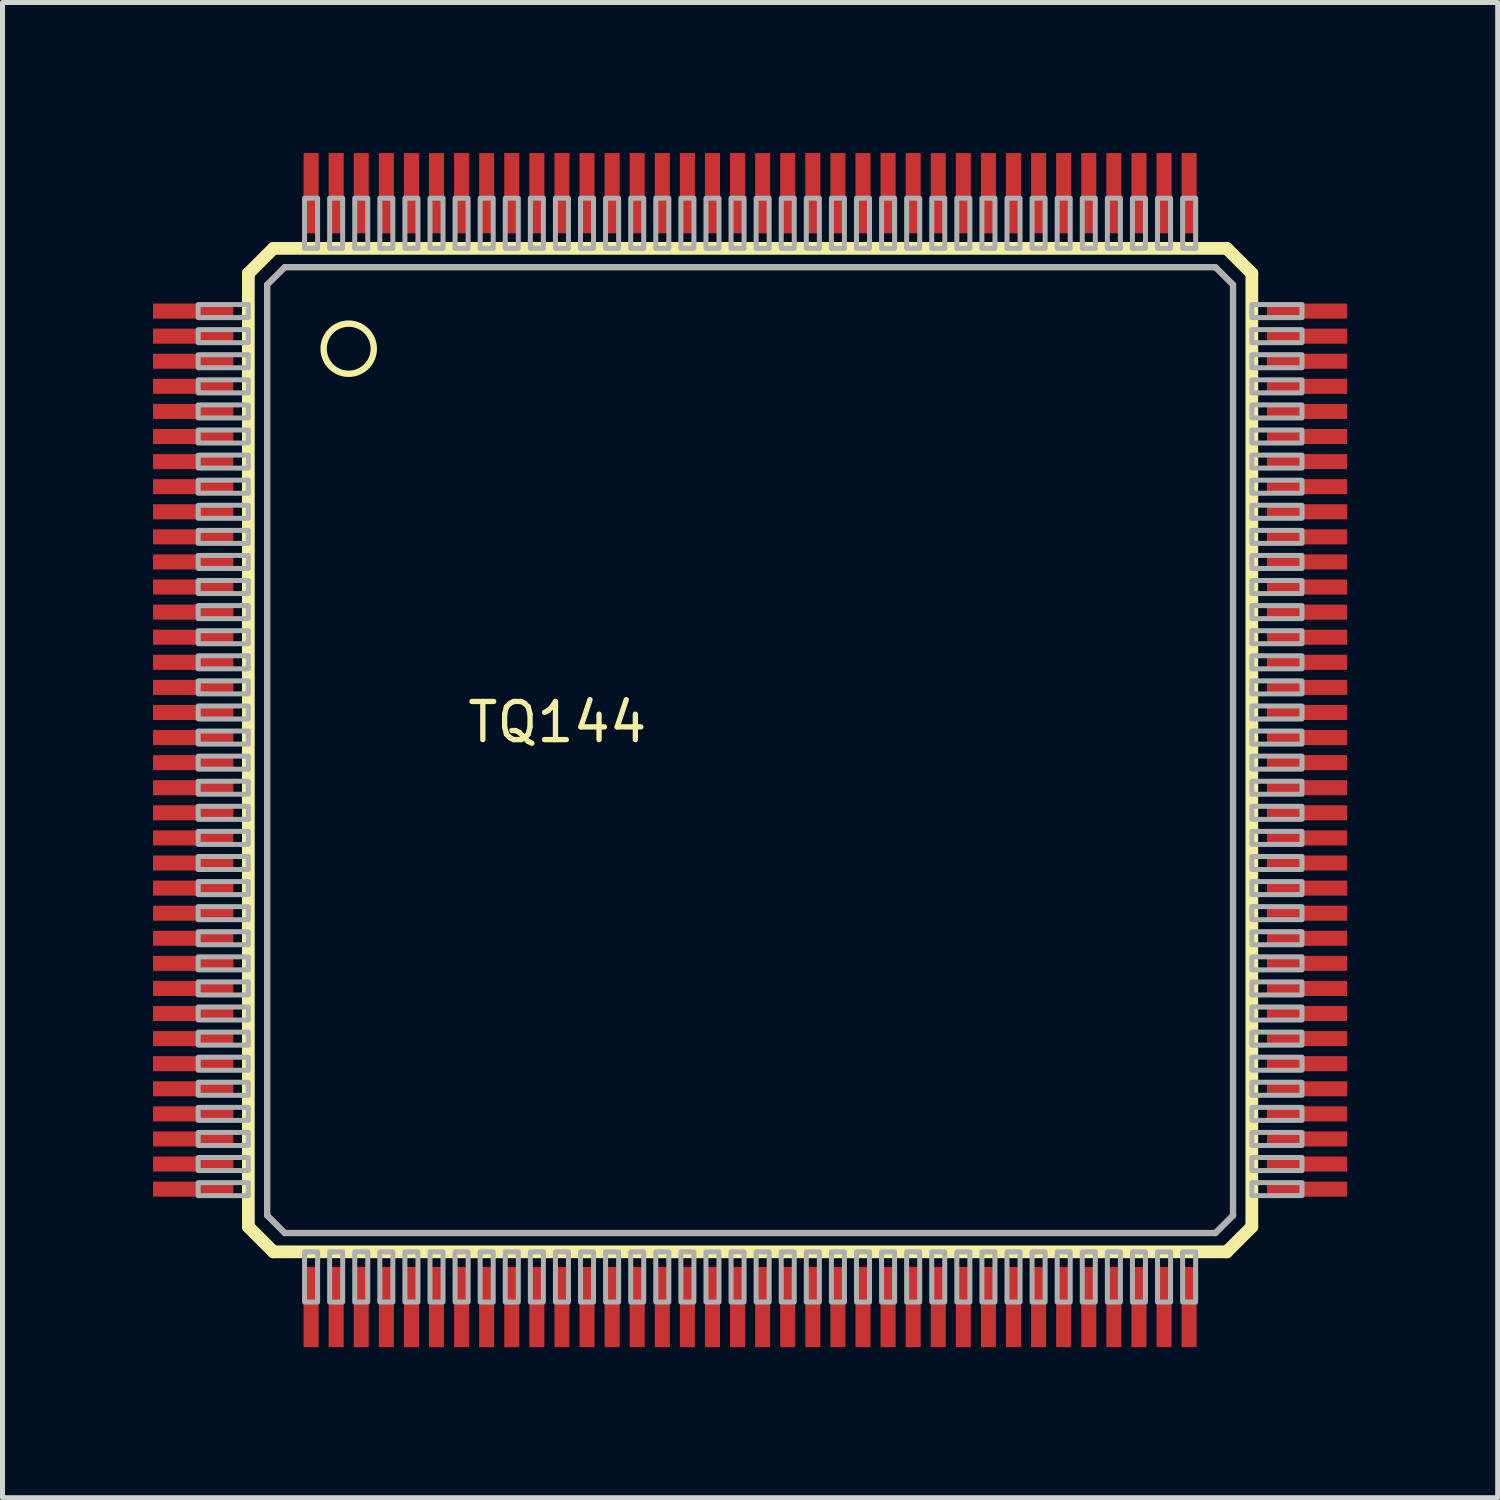
<source format=kicad_pcb>
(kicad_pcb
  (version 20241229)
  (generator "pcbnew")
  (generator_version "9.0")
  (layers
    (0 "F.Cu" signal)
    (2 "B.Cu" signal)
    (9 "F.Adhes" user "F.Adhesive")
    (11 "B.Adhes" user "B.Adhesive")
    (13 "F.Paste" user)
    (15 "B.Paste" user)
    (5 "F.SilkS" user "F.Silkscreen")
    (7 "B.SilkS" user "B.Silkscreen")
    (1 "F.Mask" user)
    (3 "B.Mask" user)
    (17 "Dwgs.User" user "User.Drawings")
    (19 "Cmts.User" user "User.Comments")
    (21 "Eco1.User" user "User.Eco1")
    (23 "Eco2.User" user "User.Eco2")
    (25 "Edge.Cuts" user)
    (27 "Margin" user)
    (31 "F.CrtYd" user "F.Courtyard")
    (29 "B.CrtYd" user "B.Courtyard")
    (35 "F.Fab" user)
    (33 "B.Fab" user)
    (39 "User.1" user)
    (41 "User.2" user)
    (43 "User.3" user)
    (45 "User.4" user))
  (footprint "TQ144"
    (layer "F.Cu")
    (at 11.9 11.9)
    (property "Reference" "TQ144" (at -2 -1 0) (layer "F.SilkS") (effects (font (size 0.76 0.76) (thickness 0.106)) (justify right top)))
    (attr through_hole)
    (fp_line (start -10 -9.5) (end -10 9.5) (stroke (width 0.254) (type solid)) (layer "F.SilkS"))
    (fp_line (start -10 9.5) (end -9.5 10) (stroke (width 0.254) (type solid)) (layer "F.SilkS"))
    (fp_line (start -9.5 -10) (end -10 -9.5) (stroke (width 0.254) (type solid)) (layer "F.SilkS"))
    (fp_line (start -9.5 10) (end 9.5 10) (stroke (width 0.254) (type solid)) (layer "F.SilkS"))
    (fp_line (start 9.5 -10) (end -9.5 -10) (stroke (width 0.254) (type solid)) (layer "F.SilkS"))
    (fp_line (start 9.5 10) (end 10 9.5) (stroke (width 0.254) (type solid)) (layer "F.SilkS"))
    (fp_line (start 10 -9.5) (end 9.5 -10) (stroke (width 0.254) (type solid)) (layer "F.SilkS"))
    (fp_line (start 10 9.5) (end 10 -9.5) (stroke (width 0.254) (type solid)) (layer "F.SilkS"))
    (fp_circle (center -8 -8) (end -7.5 -8) (stroke (width 0.127) (type solid)) (fill no) (layer "F.SilkS"))
    (fp_line (start -9.625 -9.275) (end -9.625 9.275) (stroke (width 0.127) (type solid)) (layer "F.Fab"))
    (fp_line (start -9.625 9.275) (end -9.275 9.625) (stroke (width 0.127) (type solid)) (layer "F.Fab"))
    (fp_line (start -9.275 -9.625) (end -9.625 -9.275) (stroke (width 0.127) (type solid)) (layer "F.Fab"))
    (fp_line (start -9.275 9.625) (end 9.275 9.625) (stroke (width 0.127) (type solid)) (layer "F.Fab"))
    (fp_line (start 9.275 -9.625) (end -9.275 -9.625) (stroke (width 0.127) (type solid)) (layer "F.Fab"))
    (fp_line (start 9.275 9.625) (end 9.625 9.275) (stroke (width 0.127) (type solid)) (layer "F.Fab"))
    (fp_line (start 9.625 -9.275) (end 9.275 -9.625) (stroke (width 0.127) (type solid)) (layer "F.Fab"))
    (fp_line (start 9.625 9.275) (end 9.625 -9.275) (stroke (width 0.127) (type solid)) (layer "F.Fab"))
    (fp_poly (pts (xy -11 -8.62) (xy -10 -8.62) (xy -10 -8.88) (xy -11 -8.88)) (stroke (width 0.1) (type solid)) (fill no) (layer "F.Fab"))
    (fp_poly (pts (xy -11 -8.12) (xy -10 -8.12) (xy -10 -8.38) (xy -11 -8.38)) (stroke (width 0.1) (type solid)) (fill no) (layer "F.Fab"))
    (fp_poly (pts (xy -11 -7.62) (xy -10 -7.62) (xy -10 -7.88) (xy -11 -7.88)) (stroke (width 0.1) (type solid)) (fill no) (layer "F.Fab"))
    (fp_poly (pts (xy -11 -7.12) (xy -10 -7.12) (xy -10 -7.38) (xy -11 -7.38)) (stroke (width 0.1) (type solid)) (fill no) (layer "F.Fab"))
    (fp_poly (pts (xy -11 -6.62) (xy -10 -6.62) (xy -10 -6.88) (xy -11 -6.88)) (stroke (width 0.1) (type solid)) (fill no) (layer "F.Fab"))
    (fp_poly (pts (xy -11 -6.12) (xy -10 -6.12) (xy -10 -6.38) (xy -11 -6.38)) (stroke (width 0.1) (type solid)) (fill no) (layer "F.Fab"))
    (fp_poly (pts (xy -11 -5.62) (xy -10 -5.62) (xy -10 -5.88) (xy -11 -5.88)) (stroke (width 0.1) (type solid)) (fill no) (layer "F.Fab"))
    (fp_poly (pts (xy -11 -5.12) (xy -10 -5.12) (xy -10 -5.38) (xy -11 -5.38)) (stroke (width 0.1) (type solid)) (fill no) (layer "F.Fab"))
    (fp_poly (pts (xy -11 -4.62) (xy -10 -4.62) (xy -10 -4.88) (xy -11 -4.88)) (stroke (width 0.1) (type solid)) (fill no) (layer "F.Fab"))
    (fp_poly (pts (xy -11 -4.12) (xy -10 -4.12) (xy -10 -4.38) (xy -11 -4.38)) (stroke (width 0.1) (type solid)) (fill no) (layer "F.Fab"))
    (fp_poly (pts (xy -11 -3.62) (xy -10 -3.62) (xy -10 -3.88) (xy -11 -3.88)) (stroke (width 0.1) (type solid)) (fill no) (layer "F.Fab"))
    (fp_poly (pts (xy -11 -3.12) (xy -10 -3.12) (xy -10 -3.38) (xy -11 -3.38)) (stroke (width 0.1) (type solid)) (fill no) (layer "F.Fab"))
    (fp_poly (pts (xy -11 -2.62) (xy -10 -2.62) (xy -10 -2.88) (xy -11 -2.88)) (stroke (width 0.1) (type solid)) (fill no) (layer "F.Fab"))
    (fp_poly (pts (xy -11 -2.12) (xy -10 -2.12) (xy -10 -2.38) (xy -11 -2.38)) (stroke (width 0.1) (type solid)) (fill no) (layer "F.Fab"))
    (fp_poly (pts (xy -11 -1.62) (xy -10 -1.62) (xy -10 -1.88) (xy -11 -1.88)) (stroke (width 0.1) (type solid)) (fill no) (layer "F.Fab"))
    (fp_poly (pts (xy -11 -1.12) (xy -10 -1.12) (xy -10 -1.38) (xy -11 -1.38)) (stroke (width 0.1) (type solid)) (fill no) (layer "F.Fab"))
    (fp_poly (pts (xy -11 -0.62) (xy -10 -0.62) (xy -10 -0.88) (xy -11 -0.88)) (stroke (width 0.1) (type solid)) (fill no) (layer "F.Fab"))
    (fp_poly (pts (xy -11 -0.12) (xy -10 -0.12) (xy -10 -0.38) (xy -11 -0.38)) (stroke (width 0.1) (type solid)) (fill no) (layer "F.Fab"))
    (fp_poly (pts (xy -11 0.38) (xy -10 0.38) (xy -10 0.12) (xy -11 0.12)) (stroke (width 0.1) (type solid)) (fill no) (layer "F.Fab"))
    (fp_poly (pts (xy -11 0.88) (xy -10 0.88) (xy -10 0.62) (xy -11 0.62)) (stroke (width 0.1) (type solid)) (fill no) (layer "F.Fab"))
    (fp_poly (pts (xy -11 1.38) (xy -10 1.38) (xy -10 1.12) (xy -11 1.12)) (stroke (width 0.1) (type solid)) (fill no) (layer "F.Fab"))
    (fp_poly (pts (xy -11 1.88) (xy -10 1.88) (xy -10 1.62) (xy -11 1.62)) (stroke (width 0.1) (type solid)) (fill no) (layer "F.Fab"))
    (fp_poly (pts (xy -11 2.38) (xy -10 2.38) (xy -10 2.12) (xy -11 2.12)) (stroke (width 0.1) (type solid)) (fill no) (layer "F.Fab"))
    (fp_poly (pts (xy -11 2.88) (xy -10 2.88) (xy -10 2.62) (xy -11 2.62)) (stroke (width 0.1) (type solid)) (fill no) (layer "F.Fab"))
    (fp_poly (pts (xy -11 3.38) (xy -10 3.38) (xy -10 3.12) (xy -11 3.12)) (stroke (width 0.1) (type solid)) (fill no) (layer "F.Fab"))
    (fp_poly (pts (xy -11 3.88) (xy -10 3.88) (xy -10 3.62) (xy -11 3.62)) (stroke (width 0.1) (type solid)) (fill no) (layer "F.Fab"))
    (fp_poly (pts (xy -11 4.38) (xy -10 4.38) (xy -10 4.12) (xy -11 4.12)) (stroke (width 0.1) (type solid)) (fill no) (layer "F.Fab"))
    (fp_poly (pts (xy -11 4.88) (xy -10 4.88) (xy -10 4.62) (xy -11 4.62)) (stroke (width 0.1) (type solid)) (fill no) (layer "F.Fab"))
    (fp_poly (pts (xy -11 5.38) (xy -10 5.38) (xy -10 5.12) (xy -11 5.12)) (stroke (width 0.1) (type solid)) (fill no) (layer "F.Fab"))
    (fp_poly (pts (xy -11 5.88) (xy -10 5.88) (xy -10 5.62) (xy -11 5.62)) (stroke (width 0.1) (type solid)) (fill no) (layer "F.Fab"))
    (fp_poly (pts (xy -11 6.38) (xy -10 6.38) (xy -10 6.12) (xy -11 6.12)) (stroke (width 0.1) (type solid)) (fill no) (layer "F.Fab"))
    (fp_poly (pts (xy -11 6.88) (xy -10 6.88) (xy -10 6.62) (xy -11 6.62)) (stroke (width 0.1) (type solid)) (fill no) (layer "F.Fab"))
    (fp_poly (pts (xy -11 7.38) (xy -10 7.38) (xy -10 7.12) (xy -11 7.12)) (stroke (width 0.1) (type solid)) (fill no) (layer "F.Fab"))
    (fp_poly (pts (xy -11 7.88) (xy -10 7.88) (xy -10 7.62) (xy -11 7.62)) (stroke (width 0.1) (type solid)) (fill no) (layer "F.Fab"))
    (fp_poly (pts (xy -11 8.38) (xy -10 8.38) (xy -10 8.12) (xy -11 8.12)) (stroke (width 0.1) (type solid)) (fill no) (layer "F.Fab"))
    (fp_poly (pts (xy -11 8.88) (xy -10 8.88) (xy -10 8.62) (xy -11 8.62)) (stroke (width 0.1) (type solid)) (fill no) (layer "F.Fab"))
    (fp_poly (pts (xy -8.88 -10) (xy -8.62 -10) (xy -8.62 -11) (xy -8.88 -11)) (stroke (width 0.1) (type solid)) (fill no) (layer "F.Fab"))
    (fp_poly (pts (xy -8.88 11) (xy -8.62 11) (xy -8.62 10) (xy -8.88 10)) (stroke (width 0.1) (type solid)) (fill no) (layer "F.Fab"))
    (fp_poly (pts (xy -8.38 -10) (xy -8.12 -10) (xy -8.12 -11) (xy -8.38 -11)) (stroke (width 0.1) (type solid)) (fill no) (layer "F.Fab"))
    (fp_poly (pts (xy -8.38 11) (xy -8.12 11) (xy -8.12 10) (xy -8.38 10)) (stroke (width 0.1) (type solid)) (fill no) (layer "F.Fab"))
    (fp_poly (pts (xy -7.88 -10) (xy -7.62 -10) (xy -7.62 -11) (xy -7.88 -11)) (stroke (width 0.1) (type solid)) (fill no) (layer "F.Fab"))
    (fp_poly (pts (xy -7.88 11) (xy -7.62 11) (xy -7.62 10) (xy -7.88 10)) (stroke (width 0.1) (type solid)) (fill no) (layer "F.Fab"))
    (fp_poly (pts (xy -7.38 -10) (xy -7.12 -10) (xy -7.12 -11) (xy -7.38 -11)) (stroke (width 0.1) (type solid)) (fill no) (layer "F.Fab"))
    (fp_poly (pts (xy -7.38 11) (xy -7.12 11) (xy -7.12 10) (xy -7.38 10)) (stroke (width 0.1) (type solid)) (fill no) (layer "F.Fab"))
    (fp_poly (pts (xy -6.88 -10) (xy -6.62 -10) (xy -6.62 -11) (xy -6.88 -11)) (stroke (width 0.1) (type solid)) (fill no) (layer "F.Fab"))
    (fp_poly (pts (xy -6.88 11) (xy -6.62 11) (xy -6.62 10) (xy -6.88 10)) (stroke (width 0.1) (type solid)) (fill no) (layer "F.Fab"))
    (fp_poly (pts (xy -6.38 -10) (xy -6.12 -10) (xy -6.12 -11) (xy -6.38 -11)) (stroke (width 0.1) (type solid)) (fill no) (layer "F.Fab"))
    (fp_poly (pts (xy -6.38 11) (xy -6.12 11) (xy -6.12 10) (xy -6.38 10)) (stroke (width 0.1) (type solid)) (fill no) (layer "F.Fab"))
    (fp_poly (pts (xy -5.88 -10) (xy -5.62 -10) (xy -5.62 -11) (xy -5.88 -11)) (stroke (width 0.1) (type solid)) (fill no) (layer "F.Fab"))
    (fp_poly (pts (xy -5.88 11) (xy -5.62 11) (xy -5.62 10) (xy -5.88 10)) (stroke (width 0.1) (type solid)) (fill no) (layer "F.Fab"))
    (fp_poly (pts (xy -5.38 -10) (xy -5.12 -10) (xy -5.12 -11) (xy -5.38 -11)) (stroke (width 0.1) (type solid)) (fill no) (layer "F.Fab"))
    (fp_poly (pts (xy -5.38 11) (xy -5.12 11) (xy -5.12 10) (xy -5.38 10)) (stroke (width 0.1) (type solid)) (fill no) (layer "F.Fab"))
    (fp_poly (pts (xy -4.88 -10) (xy -4.62 -10) (xy -4.62 -11) (xy -4.88 -11)) (stroke (width 0.1) (type solid)) (fill no) (layer "F.Fab"))
    (fp_poly (pts (xy -4.88 11) (xy -4.62 11) (xy -4.62 10) (xy -4.88 10)) (stroke (width 0.1) (type solid)) (fill no) (layer "F.Fab"))
    (fp_poly (pts (xy -4.38 -10) (xy -4.12 -10) (xy -4.12 -11) (xy -4.38 -11)) (stroke (width 0.1) (type solid)) (fill no) (layer "F.Fab"))
    (fp_poly (pts (xy -4.38 11) (xy -4.12 11) (xy -4.12 10) (xy -4.38 10)) (stroke (width 0.1) (type solid)) (fill no) (layer "F.Fab"))
    (fp_poly (pts (xy -3.88 -10) (xy -3.62 -10) (xy -3.62 -11) (xy -3.88 -11)) (stroke (width 0.1) (type solid)) (fill no) (layer "F.Fab"))
    (fp_poly (pts (xy -3.88 11) (xy -3.62 11) (xy -3.62 10) (xy -3.88 10)) (stroke (width 0.1) (type solid)) (fill no) (layer "F.Fab"))
    (fp_poly (pts (xy -3.38 -10) (xy -3.12 -10) (xy -3.12 -11) (xy -3.38 -11)) (stroke (width 0.1) (type solid)) (fill no) (layer "F.Fab"))
    (fp_poly (pts (xy -3.38 11) (xy -3.12 11) (xy -3.12 10) (xy -3.38 10)) (stroke (width 0.1) (type solid)) (fill no) (layer "F.Fab"))
    (fp_poly (pts (xy -2.88 -10) (xy -2.62 -10) (xy -2.62 -11) (xy -2.88 -11)) (stroke (width 0.1) (type solid)) (fill no) (layer "F.Fab"))
    (fp_poly (pts (xy -2.88 11) (xy -2.62 11) (xy -2.62 10) (xy -2.88 10)) (stroke (width 0.1) (type solid)) (fill no) (layer "F.Fab"))
    (fp_poly (pts (xy -2.38 -10) (xy -2.12 -10) (xy -2.12 -11) (xy -2.38 -11)) (stroke (width 0.1) (type solid)) (fill no) (layer "F.Fab"))
    (fp_poly (pts (xy -2.38 11) (xy -2.12 11) (xy -2.12 10) (xy -2.38 10)) (stroke (width 0.1) (type solid)) (fill no) (layer "F.Fab"))
    (fp_poly (pts (xy -1.88 -10) (xy -1.62 -10) (xy -1.62 -11) (xy -1.88 -11)) (stroke (width 0.1) (type solid)) (fill no) (layer "F.Fab"))
    (fp_poly (pts (xy -1.88 11) (xy -1.62 11) (xy -1.62 10) (xy -1.88 10)) (stroke (width 0.1) (type solid)) (fill no) (layer "F.Fab"))
    (fp_poly (pts (xy -1.38 -10) (xy -1.12 -10) (xy -1.12 -11) (xy -1.38 -11)) (stroke (width 0.1) (type solid)) (fill no) (layer "F.Fab"))
    (fp_poly (pts (xy -1.38 11) (xy -1.12 11) (xy -1.12 10) (xy -1.38 10)) (stroke (width 0.1) (type solid)) (fill no) (layer "F.Fab"))
    (fp_poly (pts (xy -0.88 -10) (xy -0.62 -10) (xy -0.62 -11) (xy -0.88 -11)) (stroke (width 0.1) (type solid)) (fill no) (layer "F.Fab"))
    (fp_poly (pts (xy -0.88 11) (xy -0.62 11) (xy -0.62 10) (xy -0.88 10)) (stroke (width 0.1) (type solid)) (fill no) (layer "F.Fab"))
    (fp_poly (pts (xy -0.38 -10) (xy -0.12 -10) (xy -0.12 -11) (xy -0.38 -11)) (stroke (width 0.1) (type solid)) (fill no) (layer "F.Fab"))
    (fp_poly (pts (xy -0.38 11) (xy -0.12 11) (xy -0.12 10) (xy -0.38 10)) (stroke (width 0.1) (type solid)) (fill no) (layer "F.Fab"))
    (fp_poly (pts (xy 0.12 -10) (xy 0.38 -10) (xy 0.38 -11) (xy 0.12 -11)) (stroke (width 0.1) (type solid)) (fill no) (layer "F.Fab"))
    (fp_poly (pts (xy 0.12 11) (xy 0.38 11) (xy 0.38 10) (xy 0.12 10)) (stroke (width 0.1) (type solid)) (fill no) (layer "F.Fab"))
    (fp_poly (pts (xy 0.62 -10) (xy 0.88 -10) (xy 0.88 -11) (xy 0.62 -11)) (stroke (width 0.1) (type solid)) (fill no) (layer "F.Fab"))
    (fp_poly (pts (xy 0.62 11) (xy 0.88 11) (xy 0.88 10) (xy 0.62 10)) (stroke (width 0.1) (type solid)) (fill no) (layer "F.Fab"))
    (fp_poly (pts (xy 1.12 -10) (xy 1.38 -10) (xy 1.38 -11) (xy 1.12 -11)) (stroke (width 0.1) (type solid)) (fill no) (layer "F.Fab"))
    (fp_poly (pts (xy 1.12 11) (xy 1.38 11) (xy 1.38 10) (xy 1.12 10)) (stroke (width 0.1) (type solid)) (fill no) (layer "F.Fab"))
    (fp_poly (pts (xy 1.62 -10) (xy 1.88 -10) (xy 1.88 -11) (xy 1.62 -11)) (stroke (width 0.1) (type solid)) (fill no) (layer "F.Fab"))
    (fp_poly (pts (xy 1.62 11) (xy 1.88 11) (xy 1.88 10) (xy 1.62 10)) (stroke (width 0.1) (type solid)) (fill no) (layer "F.Fab"))
    (fp_poly (pts (xy 2.12 -10) (xy 2.38 -10) (xy 2.38 -11) (xy 2.12 -11)) (stroke (width 0.1) (type solid)) (fill no) (layer "F.Fab"))
    (fp_poly (pts (xy 2.12 11) (xy 2.38 11) (xy 2.38 10) (xy 2.12 10)) (stroke (width 0.1) (type solid)) (fill no) (layer "F.Fab"))
    (fp_poly (pts (xy 2.62 -10) (xy 2.88 -10) (xy 2.88 -11) (xy 2.62 -11)) (stroke (width 0.1) (type solid)) (fill no) (layer "F.Fab"))
    (fp_poly (pts (xy 2.62 11) (xy 2.88 11) (xy 2.88 10) (xy 2.62 10)) (stroke (width 0.1) (type solid)) (fill no) (layer "F.Fab"))
    (fp_poly (pts (xy 3.12 -10) (xy 3.38 -10) (xy 3.38 -11) (xy 3.12 -11)) (stroke (width 0.1) (type solid)) (fill no) (layer "F.Fab"))
    (fp_poly (pts (xy 3.12 11) (xy 3.38 11) (xy 3.38 10) (xy 3.12 10)) (stroke (width 0.1) (type solid)) (fill no) (layer "F.Fab"))
    (fp_poly (pts (xy 3.62 -10) (xy 3.88 -10) (xy 3.88 -11) (xy 3.62 -11)) (stroke (width 0.1) (type solid)) (fill no) (layer "F.Fab"))
    (fp_poly (pts (xy 3.62 11) (xy 3.88 11) (xy 3.88 10) (xy 3.62 10)) (stroke (width 0.1) (type solid)) (fill no) (layer "F.Fab"))
    (fp_poly (pts (xy 4.12 -10) (xy 4.38 -10) (xy 4.38 -11) (xy 4.12 -11)) (stroke (width 0.1) (type solid)) (fill no) (layer "F.Fab"))
    (fp_poly (pts (xy 4.12 11) (xy 4.38 11) (xy 4.38 10) (xy 4.12 10)) (stroke (width 0.1) (type solid)) (fill no) (layer "F.Fab"))
    (fp_poly (pts (xy 4.62 -10) (xy 4.88 -10) (xy 4.88 -11) (xy 4.62 -11)) (stroke (width 0.1) (type solid)) (fill no) (layer "F.Fab"))
    (fp_poly (pts (xy 4.62 11) (xy 4.88 11) (xy 4.88 10) (xy 4.62 10)) (stroke (width 0.1) (type solid)) (fill no) (layer "F.Fab"))
    (fp_poly (pts (xy 5.12 -10) (xy 5.38 -10) (xy 5.38 -11) (xy 5.12 -11)) (stroke (width 0.1) (type solid)) (fill no) (layer "F.Fab"))
    (fp_poly (pts (xy 5.12 11) (xy 5.38 11) (xy 5.38 10) (xy 5.12 10)) (stroke (width 0.1) (type solid)) (fill no) (layer "F.Fab"))
    (fp_poly (pts (xy 5.62 -10) (xy 5.88 -10) (xy 5.88 -11) (xy 5.62 -11)) (stroke (width 0.1) (type solid)) (fill no) (layer "F.Fab"))
    (fp_poly (pts (xy 5.62 11) (xy 5.88 11) (xy 5.88 10) (xy 5.62 10)) (stroke (width 0.1) (type solid)) (fill no) (layer "F.Fab"))
    (fp_poly (pts (xy 6.12 -10) (xy 6.38 -10) (xy 6.38 -11) (xy 6.12 -11)) (stroke (width 0.1) (type solid)) (fill no) (layer "F.Fab"))
    (fp_poly (pts (xy 6.12 11) (xy 6.38 11) (xy 6.38 10) (xy 6.12 10)) (stroke (width 0.1) (type solid)) (fill no) (layer "F.Fab"))
    (fp_poly (pts (xy 6.62 -10) (xy 6.88 -10) (xy 6.88 -11) (xy 6.62 -11)) (stroke (width 0.1) (type solid)) (fill no) (layer "F.Fab"))
    (fp_poly (pts (xy 6.62 11) (xy 6.88 11) (xy 6.88 10) (xy 6.62 10)) (stroke (width 0.1) (type solid)) (fill no) (layer "F.Fab"))
    (fp_poly (pts (xy 7.12 -10) (xy 7.38 -10) (xy 7.38 -11) (xy 7.12 -11)) (stroke (width 0.1) (type solid)) (fill no) (layer "F.Fab"))
    (fp_poly (pts (xy 7.12 11) (xy 7.38 11) (xy 7.38 10) (xy 7.12 10)) (stroke (width 0.1) (type solid)) (fill no) (layer "F.Fab"))
    (fp_poly (pts (xy 7.62 -10) (xy 7.88 -10) (xy 7.88 -11) (xy 7.62 -11)) (stroke (width 0.1) (type solid)) (fill no) (layer "F.Fab"))
    (fp_poly (pts (xy 7.62 11) (xy 7.88 11) (xy 7.88 10) (xy 7.62 10)) (stroke (width 0.1) (type solid)) (fill no) (layer "F.Fab"))
    (fp_poly (pts (xy 8.12 -10) (xy 8.38 -10) (xy 8.38 -11) (xy 8.12 -11)) (stroke (width 0.1) (type solid)) (fill no) (layer "F.Fab"))
    (fp_poly (pts (xy 8.12 11) (xy 8.38 11) (xy 8.38 10) (xy 8.12 10)) (stroke (width 0.1) (type solid)) (fill no) (layer "F.Fab"))
    (fp_poly (pts (xy 8.62 -10) (xy 8.88 -10) (xy 8.88 -11) (xy 8.62 -11)) (stroke (width 0.1) (type solid)) (fill no) (layer "F.Fab"))
    (fp_poly (pts (xy 8.62 11) (xy 8.88 11) (xy 8.88 10) (xy 8.62 10)) (stroke (width 0.1) (type solid)) (fill no) (layer "F.Fab"))
    (fp_poly (pts (xy 10 -8.62) (xy 11 -8.62) (xy 11 -8.88) (xy 10 -8.88)) (stroke (width 0.1) (type solid)) (fill no) (layer "F.Fab"))
    (fp_poly (pts (xy 10 -8.12) (xy 11 -8.12) (xy 11 -8.38) (xy 10 -8.38)) (stroke (width 0.1) (type solid)) (fill no) (layer "F.Fab"))
    (fp_poly (pts (xy 10 -7.62) (xy 11 -7.62) (xy 11 -7.88) (xy 10 -7.88)) (stroke (width 0.1) (type solid)) (fill no) (layer "F.Fab"))
    (fp_poly (pts (xy 10 -7.12) (xy 11 -7.12) (xy 11 -7.38) (xy 10 -7.38)) (stroke (width 0.1) (type solid)) (fill no) (layer "F.Fab"))
    (fp_poly (pts (xy 10 -6.62) (xy 11 -6.62) (xy 11 -6.88) (xy 10 -6.88)) (stroke (width 0.1) (type solid)) (fill no) (layer "F.Fab"))
    (fp_poly (pts (xy 10 -6.12) (xy 11 -6.12) (xy 11 -6.38) (xy 10 -6.38)) (stroke (width 0.1) (type solid)) (fill no) (layer "F.Fab"))
    (fp_poly (pts (xy 10 -5.62) (xy 11 -5.62) (xy 11 -5.88) (xy 10 -5.88)) (stroke (width 0.1) (type solid)) (fill no) (layer "F.Fab"))
    (fp_poly (pts (xy 10 -5.12) (xy 11 -5.12) (xy 11 -5.38) (xy 10 -5.38)) (stroke (width 0.1) (type solid)) (fill no) (layer "F.Fab"))
    (fp_poly (pts (xy 10 -4.62) (xy 11 -4.62) (xy 11 -4.88) (xy 10 -4.88)) (stroke (width 0.1) (type solid)) (fill no) (layer "F.Fab"))
    (fp_poly (pts (xy 10 -4.12) (xy 11 -4.12) (xy 11 -4.38) (xy 10 -4.38)) (stroke (width 0.1) (type solid)) (fill no) (layer "F.Fab"))
    (fp_poly (pts (xy 10 -3.62) (xy 11 -3.62) (xy 11 -3.88) (xy 10 -3.88)) (stroke (width 0.1) (type solid)) (fill no) (layer "F.Fab"))
    (fp_poly (pts (xy 10 -3.12) (xy 11 -3.12) (xy 11 -3.38) (xy 10 -3.38)) (stroke (width 0.1) (type solid)) (fill no) (layer "F.Fab"))
    (fp_poly (pts (xy 10 -2.62) (xy 11 -2.62) (xy 11 -2.88) (xy 10 -2.88)) (stroke (width 0.1) (type solid)) (fill no) (layer "F.Fab"))
    (fp_poly (pts (xy 10 -2.12) (xy 11 -2.12) (xy 11 -2.38) (xy 10 -2.38)) (stroke (width 0.1) (type solid)) (fill no) (layer "F.Fab"))
    (fp_poly (pts (xy 10 -1.62) (xy 11 -1.62) (xy 11 -1.88) (xy 10 -1.88)) (stroke (width 0.1) (type solid)) (fill no) (layer "F.Fab"))
    (fp_poly (pts (xy 10 -1.12) (xy 11 -1.12) (xy 11 -1.38) (xy 10 -1.38)) (stroke (width 0.1) (type solid)) (fill no) (layer "F.Fab"))
    (fp_poly (pts (xy 10 -0.62) (xy 11 -0.62) (xy 11 -0.88) (xy 10 -0.88)) (stroke (width 0.1) (type solid)) (fill no) (layer "F.Fab"))
    (fp_poly (pts (xy 10 -0.12) (xy 11 -0.12) (xy 11 -0.38) (xy 10 -0.38)) (stroke (width 0.1) (type solid)) (fill no) (layer "F.Fab"))
    (fp_poly (pts (xy 10 0.38) (xy 11 0.38) (xy 11 0.12) (xy 10 0.12)) (stroke (width 0.1) (type solid)) (fill no) (layer "F.Fab"))
    (fp_poly (pts (xy 10 0.88) (xy 11 0.88) (xy 11 0.62) (xy 10 0.62)) (stroke (width 0.1) (type solid)) (fill no) (layer "F.Fab"))
    (fp_poly (pts (xy 10 1.38) (xy 11 1.38) (xy 11 1.12) (xy 10 1.12)) (stroke (width 0.1) (type solid)) (fill no) (layer "F.Fab"))
    (fp_poly (pts (xy 10 1.88) (xy 11 1.88) (xy 11 1.62) (xy 10 1.62)) (stroke (width 0.1) (type solid)) (fill no) (layer "F.Fab"))
    (fp_poly (pts (xy 10 2.38) (xy 11 2.38) (xy 11 2.12) (xy 10 2.12)) (stroke (width 0.1) (type solid)) (fill no) (layer "F.Fab"))
    (fp_poly (pts (xy 10 2.88) (xy 11 2.88) (xy 11 2.62) (xy 10 2.62)) (stroke (width 0.1) (type solid)) (fill no) (layer "F.Fab"))
    (fp_poly (pts (xy 10 3.38) (xy 11 3.38) (xy 11 3.12) (xy 10 3.12)) (stroke (width 0.1) (type solid)) (fill no) (layer "F.Fab"))
    (fp_poly (pts (xy 10 3.88) (xy 11 3.88) (xy 11 3.62) (xy 10 3.62)) (stroke (width 0.1) (type solid)) (fill no) (layer "F.Fab"))
    (fp_poly (pts (xy 10 4.38) (xy 11 4.38) (xy 11 4.12) (xy 10 4.12)) (stroke (width 0.1) (type solid)) (fill no) (layer "F.Fab"))
    (fp_poly (pts (xy 10 4.88) (xy 11 4.88) (xy 11 4.62) (xy 10 4.62)) (stroke (width 0.1) (type solid)) (fill no) (layer "F.Fab"))
    (fp_poly (pts (xy 10 5.38) (xy 11 5.38) (xy 11 5.12) (xy 10 5.12)) (stroke (width 0.1) (type solid)) (fill no) (layer "F.Fab"))
    (fp_poly (pts (xy 10 5.88) (xy 11 5.88) (xy 11 5.62) (xy 10 5.62)) (stroke (width 0.1) (type solid)) (fill no) (layer "F.Fab"))
    (fp_poly (pts (xy 10 6.38) (xy 11 6.38) (xy 11 6.12) (xy 10 6.12)) (stroke (width 0.1) (type solid)) (fill no) (layer "F.Fab"))
    (fp_poly (pts (xy 10 6.88) (xy 11 6.88) (xy 11 6.62) (xy 10 6.62)) (stroke (width 0.1) (type solid)) (fill no) (layer "F.Fab"))
    (fp_poly (pts (xy 10 7.38) (xy 11 7.38) (xy 11 7.12) (xy 10 7.12)) (stroke (width 0.1) (type solid)) (fill no) (layer "F.Fab"))
    (fp_poly (pts (xy 10 7.88) (xy 11 7.88) (xy 11 7.62) (xy 10 7.62)) (stroke (width 0.1) (type solid)) (fill no) (layer "F.Fab"))
    (fp_poly (pts (xy 10 8.38) (xy 11 8.38) (xy 11 8.12) (xy 10 8.12)) (stroke (width 0.1) (type solid)) (fill no) (layer "F.Fab"))
    (fp_poly (pts (xy 10 8.88) (xy 11 8.88) (xy 11 8.62) (xy 10 8.62)) (stroke (width 0.1) (type solid)) (fill no) (layer "F.Fab"))
    (pad "1" smd rect (at -11.1 -8.75) (size 1.6 0.3) (layers "F.Cu" "F.Mask" "F.Paste"))
    (pad "2" smd rect (at -11.1 -8.25) (size 1.6 0.3) (layers "F.Cu" "F.Mask" "F.Paste"))
    (pad "3" smd rect (at -11.1 -7.75) (size 1.6 0.3) (layers "F.Cu" "F.Mask" "F.Paste"))
    (pad "4" smd rect (at -11.1 -7.25) (size 1.6 0.3) (layers "F.Cu" "F.Mask" "F.Paste"))
    (pad "5" smd rect (at -11.1 -6.75) (size 1.6 0.3) (layers "F.Cu" "F.Mask" "F.Paste"))
    (pad "6" smd rect (at -11.1 -6.25) (size 1.6 0.3) (layers "F.Cu" "F.Mask" "F.Paste"))
    (pad "7" smd rect (at -11.1 -5.75) (size 1.6 0.3) (layers "F.Cu" "F.Mask" "F.Paste"))
    (pad "8" smd rect (at -11.1 -5.25) (size 1.6 0.3) (layers "F.Cu" "F.Mask" "F.Paste"))
    (pad "9" smd rect (at -11.1 -4.75) (size 1.6 0.3) (layers "F.Cu" "F.Mask" "F.Paste"))
    (pad "10" smd rect (at -11.1 -4.25) (size 1.6 0.3) (layers "F.Cu" "F.Mask" "F.Paste"))
    (pad "11" smd rect (at -11.1 -3.75) (size 1.6 0.3) (layers "F.Cu" "F.Mask" "F.Paste"))
    (pad "12" smd rect (at -11.1 -3.25) (size 1.6 0.3) (layers "F.Cu" "F.Mask" "F.Paste"))
    (pad "13" smd rect (at -11.1 -2.75) (size 1.6 0.3) (layers "F.Cu" "F.Mask" "F.Paste"))
    (pad "14" smd rect (at -11.1 -2.25) (size 1.6 0.3) (layers "F.Cu" "F.Mask" "F.Paste"))
    (pad "15" smd rect (at -11.1 -1.75) (size 1.6 0.3) (layers "F.Cu" "F.Mask" "F.Paste"))
    (pad "16" smd rect (at -11.1 -1.25) (size 1.6 0.3) (layers "F.Cu" "F.Mask" "F.Paste"))
    (pad "17" smd rect (at -11.1 -0.75) (size 1.6 0.3) (layers "F.Cu" "F.Mask" "F.Paste"))
    (pad "18" smd rect (at -11.1 -0.25) (size 1.6 0.3) (layers "F.Cu" "F.Mask" "F.Paste"))
    (pad "19" smd rect (at -11.1 0.25) (size 1.6 0.3) (layers "F.Cu" "F.Mask" "F.Paste"))
    (pad "20" smd rect (at -11.1 0.75) (size 1.6 0.3) (layers "F.Cu" "F.Mask" "F.Paste"))
    (pad "21" smd rect (at -11.1 1.25) (size 1.6 0.3) (layers "F.Cu" "F.Mask" "F.Paste"))
    (pad "22" smd rect (at -11.1 1.75) (size 1.6 0.3) (layers "F.Cu" "F.Mask" "F.Paste"))
    (pad "23" smd rect (at -11.1 2.25) (size 1.6 0.3) (layers "F.Cu" "F.Mask" "F.Paste"))
    (pad "24" smd rect (at -11.1 2.75) (size 1.6 0.3) (layers "F.Cu" "F.Mask" "F.Paste"))
    (pad "25" smd rect (at -11.1 3.25) (size 1.6 0.3) (layers "F.Cu" "F.Mask" "F.Paste"))
    (pad "26" smd rect (at -11.1 3.75) (size 1.6 0.3) (layers "F.Cu" "F.Mask" "F.Paste"))
    (pad "27" smd rect (at -11.1 4.25) (size 1.6 0.3) (layers "F.Cu" "F.Mask" "F.Paste"))
    (pad "28" smd rect (at -11.1 4.75) (size 1.6 0.3) (layers "F.Cu" "F.Mask" "F.Paste"))
    (pad "29" smd rect (at -11.1 5.25) (size 1.6 0.3) (layers "F.Cu" "F.Mask" "F.Paste"))
    (pad "30" smd rect (at -11.1 5.75) (size 1.6 0.3) (layers "F.Cu" "F.Mask" "F.Paste"))
    (pad "31" smd rect (at -11.1 6.25) (size 1.6 0.3) (layers "F.Cu" "F.Mask" "F.Paste"))
    (pad "32" smd rect (at -11.1 6.75) (size 1.6 0.3) (layers "F.Cu" "F.Mask" "F.Paste"))
    (pad "33" smd rect (at -11.1 7.25) (size 1.6 0.3) (layers "F.Cu" "F.Mask" "F.Paste"))
    (pad "34" smd rect (at -11.1 7.75) (size 1.6 0.3) (layers "F.Cu" "F.Mask" "F.Paste"))
    (pad "35" smd rect (at -11.1 8.25) (size 1.6 0.3) (layers "F.Cu" "F.Mask" "F.Paste"))
    (pad "36" smd rect (at -11.1 8.75) (size 1.6 0.3) (layers "F.Cu" "F.Mask" "F.Paste"))
    (pad "37" smd rect (at -8.75 11.1 90) (size 1.6 0.3) (layers "F.Cu" "F.Mask" "F.Paste"))
    (pad "38" smd rect (at -8.25 11.1 90) (size 1.6 0.3) (layers "F.Cu" "F.Mask" "F.Paste"))
    (pad "39" smd rect (at -7.75 11.1 90) (size 1.6 0.3) (layers "F.Cu" "F.Mask" "F.Paste"))
    (pad "40" smd rect (at -7.25 11.1 90) (size 1.6 0.3) (layers "F.Cu" "F.Mask" "F.Paste"))
    (pad "41" smd rect (at -6.75 11.1 90) (size 1.6 0.3) (layers "F.Cu" "F.Mask" "F.Paste"))
    (pad "42" smd rect (at -6.25 11.1 90) (size 1.6 0.3) (layers "F.Cu" "F.Mask" "F.Paste"))
    (pad "43" smd rect (at -5.75 11.1 90) (size 1.6 0.3) (layers "F.Cu" "F.Mask" "F.Paste"))
    (pad "44" smd rect (at -5.25 11.1 90) (size 1.6 0.3) (layers "F.Cu" "F.Mask" "F.Paste"))
    (pad "45" smd rect (at -4.75 11.1 90) (size 1.6 0.3) (layers "F.Cu" "F.Mask" "F.Paste"))
    (pad "46" smd rect (at -4.25 11.1 90) (size 1.6 0.3) (layers "F.Cu" "F.Mask" "F.Paste"))
    (pad "47" smd rect (at -3.75 11.1 90) (size 1.6 0.3) (layers "F.Cu" "F.Mask" "F.Paste"))
    (pad "48" smd rect (at -3.25 11.1 90) (size 1.6 0.3) (layers "F.Cu" "F.Mask" "F.Paste"))
    (pad "49" smd rect (at -2.75 11.1 90) (size 1.6 0.3) (layers "F.Cu" "F.Mask" "F.Paste"))
    (pad "50" smd rect (at -2.25 11.1 90) (size 1.6 0.3) (layers "F.Cu" "F.Mask" "F.Paste"))
    (pad "51" smd rect (at -1.75 11.1 90) (size 1.6 0.3) (layers "F.Cu" "F.Mask" "F.Paste"))
    (pad "52" smd rect (at -1.25 11.1 90) (size 1.6 0.3) (layers "F.Cu" "F.Mask" "F.Paste"))
    (pad "53" smd rect (at -0.75 11.1 90) (size 1.6 0.3) (layers "F.Cu" "F.Mask" "F.Paste"))
    (pad "54" smd rect (at -0.25 11.1 90) (size 1.6 0.3) (layers "F.Cu" "F.Mask" "F.Paste"))
    (pad "55" smd rect (at 0.25 11.1 90) (size 1.6 0.3) (layers "F.Cu" "F.Mask" "F.Paste"))
    (pad "56" smd rect (at 0.75 11.1 90) (size 1.6 0.3) (layers "F.Cu" "F.Mask" "F.Paste"))
    (pad "57" smd rect (at 1.25 11.1 90) (size 1.6 0.3) (layers "F.Cu" "F.Mask" "F.Paste"))
    (pad "58" smd rect (at 1.75 11.1 90) (size 1.6 0.3) (layers "F.Cu" "F.Mask" "F.Paste"))
    (pad "59" smd rect (at 2.25 11.1 90) (size 1.6 0.3) (layers "F.Cu" "F.Mask" "F.Paste"))
    (pad "60" smd rect (at 2.75 11.1 90) (size 1.6 0.3) (layers "F.Cu" "F.Mask" "F.Paste"))
    (pad "61" smd rect (at 3.25 11.1 90) (size 1.6 0.3) (layers "F.Cu" "F.Mask" "F.Paste"))
    (pad "62" smd rect (at 3.75 11.1 90) (size 1.6 0.3) (layers "F.Cu" "F.Mask" "F.Paste"))
    (pad "63" smd rect (at 4.25 11.1 90) (size 1.6 0.3) (layers "F.Cu" "F.Mask" "F.Paste"))
    (pad "64" smd rect (at 4.75 11.1 90) (size 1.6 0.3) (layers "F.Cu" "F.Mask" "F.Paste"))
    (pad "65" smd rect (at 5.25 11.1 90) (size 1.6 0.3) (layers "F.Cu" "F.Mask" "F.Paste"))
    (pad "66" smd rect (at 5.75 11.1 90) (size 1.6 0.3) (layers "F.Cu" "F.Mask" "F.Paste"))
    (pad "67" smd rect (at 6.25 11.1 90) (size 1.6 0.3) (layers "F.Cu" "F.Mask" "F.Paste"))
    (pad "68" smd rect (at 6.75 11.1 90) (size 1.6 0.3) (layers "F.Cu" "F.Mask" "F.Paste"))
    (pad "69" smd rect (at 7.25 11.1 90) (size 1.6 0.3) (layers "F.Cu" "F.Mask" "F.Paste"))
    (pad "70" smd rect (at 7.75 11.1 90) (size 1.6 0.3) (layers "F.Cu" "F.Mask" "F.Paste"))
    (pad "71" smd rect (at 8.25 11.1 90) (size 1.6 0.3) (layers "F.Cu" "F.Mask" "F.Paste"))
    (pad "72" smd rect (at 8.75 11.1 90) (size 1.6 0.3) (layers "F.Cu" "F.Mask" "F.Paste"))
    (pad "73" smd rect (at 11.1 8.75) (size 1.6 0.3) (layers "F.Cu" "F.Mask" "F.Paste"))
    (pad "74" smd rect (at 11.1 8.25) (size 1.6 0.3) (layers "F.Cu" "F.Mask" "F.Paste"))
    (pad "75" smd rect (at 11.1 7.75) (size 1.6 0.3) (layers "F.Cu" "F.Mask" "F.Paste"))
    (pad "76" smd rect (at 11.1 7.25) (size 1.6 0.3) (layers "F.Cu" "F.Mask" "F.Paste"))
    (pad "77" smd rect (at 11.1 6.75) (size 1.6 0.3) (layers "F.Cu" "F.Mask" "F.Paste"))
    (pad "78" smd rect (at 11.1 6.25) (size 1.6 0.3) (layers "F.Cu" "F.Mask" "F.Paste"))
    (pad "79" smd rect (at 11.1 5.75) (size 1.6 0.3) (layers "F.Cu" "F.Mask" "F.Paste"))
    (pad "80" smd rect (at 11.1 5.25) (size 1.6 0.3) (layers "F.Cu" "F.Mask" "F.Paste"))
    (pad "81" smd rect (at 11.1 4.75) (size 1.6 0.3) (layers "F.Cu" "F.Mask" "F.Paste"))
    (pad "82" smd rect (at 11.1 4.25) (size 1.6 0.3) (layers "F.Cu" "F.Mask" "F.Paste"))
    (pad "83" smd rect (at 11.1 3.75) (size 1.6 0.3) (layers "F.Cu" "F.Mask" "F.Paste"))
    (pad "84" smd rect (at 11.1 3.25) (size 1.6 0.3) (layers "F.Cu" "F.Mask" "F.Paste"))
    (pad "85" smd rect (at 11.1 2.75) (size 1.6 0.3) (layers "F.Cu" "F.Mask" "F.Paste"))
    (pad "86" smd rect (at 11.1 2.25) (size 1.6 0.3) (layers "F.Cu" "F.Mask" "F.Paste"))
    (pad "87" smd rect (at 11.1 1.75) (size 1.6 0.3) (layers "F.Cu" "F.Mask" "F.Paste"))
    (pad "88" smd rect (at 11.1 1.25) (size 1.6 0.3) (layers "F.Cu" "F.Mask" "F.Paste"))
    (pad "89" smd rect (at 11.1 0.75) (size 1.6 0.3) (layers "F.Cu" "F.Mask" "F.Paste"))
    (pad "90" smd rect (at 11.1 0.25) (size 1.6 0.3) (layers "F.Cu" "F.Mask" "F.Paste"))
    (pad "91" smd rect (at 11.1 -0.25) (size 1.6 0.3) (layers "F.Cu" "F.Mask" "F.Paste"))
    (pad "92" smd rect (at 11.1 -0.75) (size 1.6 0.3) (layers "F.Cu" "F.Mask" "F.Paste"))
    (pad "93" smd rect (at 11.1 -1.25) (size 1.6 0.3) (layers "F.Cu" "F.Mask" "F.Paste"))
    (pad "94" smd rect (at 11.1 -1.75) (size 1.6 0.3) (layers "F.Cu" "F.Mask" "F.Paste"))
    (pad "95" smd rect (at 11.1 -2.25) (size 1.6 0.3) (layers "F.Cu" "F.Mask" "F.Paste"))
    (pad "96" smd rect (at 11.1 -2.75) (size 1.6 0.3) (layers "F.Cu" "F.Mask" "F.Paste"))
    (pad "97" smd rect (at 11.1 -3.25) (size 1.6 0.3) (layers "F.Cu" "F.Mask" "F.Paste"))
    (pad "98" smd rect (at 11.1 -3.75) (size 1.6 0.3) (layers "F.Cu" "F.Mask" "F.Paste"))
    (pad "99" smd rect (at 11.1 -4.25) (size 1.6 0.3) (layers "F.Cu" "F.Mask" "F.Paste"))
    (pad "100" smd rect (at 11.1 -4.75) (size 1.6 0.3) (layers "F.Cu" "F.Mask" "F.Paste"))
    (pad "101" smd rect (at 11.1 -5.25) (size 1.6 0.3) (layers "F.Cu" "F.Mask" "F.Paste"))
    (pad "102" smd rect (at 11.1 -5.75) (size 1.6 0.3) (layers "F.Cu" "F.Mask" "F.Paste"))
    (pad "103" smd rect (at 11.1 -6.25) (size 1.6 0.3) (layers "F.Cu" "F.Mask" "F.Paste"))
    (pad "104" smd rect (at 11.1 -6.75) (size 1.6 0.3) (layers "F.Cu" "F.Mask" "F.Paste"))
    (pad "105" smd rect (at 11.1 -7.25) (size 1.6 0.3) (layers "F.Cu" "F.Mask" "F.Paste"))
    (pad "106" smd rect (at 11.1 -7.75) (size 1.6 0.3) (layers "F.Cu" "F.Mask" "F.Paste"))
    (pad "107" smd rect (at 11.1 -8.25) (size 1.6 0.3) (layers "F.Cu" "F.Mask" "F.Paste"))
    (pad "108" smd rect (at 11.1 -8.75) (size 1.6 0.3) (layers "F.Cu" "F.Mask" "F.Paste"))
    (pad "109" smd rect (at 8.75 -11.1 90) (size 1.6 0.3) (layers "F.Cu" "F.Mask" "F.Paste"))
    (pad "110" smd rect (at 8.25 -11.1 90) (size 1.6 0.3) (layers "F.Cu" "F.Mask" "F.Paste"))
    (pad "111" smd rect (at 7.75 -11.1 90) (size 1.6 0.3) (layers "F.Cu" "F.Mask" "F.Paste"))
    (pad "112" smd rect (at 7.25 -11.1 90) (size 1.6 0.3) (layers "F.Cu" "F.Mask" "F.Paste"))
    (pad "113" smd rect (at 6.75 -11.1 90) (size 1.6 0.3) (layers "F.Cu" "F.Mask" "F.Paste"))
    (pad "114" smd rect (at 6.25 -11.1 90) (size 1.6 0.3) (layers "F.Cu" "F.Mask" "F.Paste"))
    (pad "115" smd rect (at 5.75 -11.1 90) (size 1.6 0.3) (layers "F.Cu" "F.Mask" "F.Paste"))
    (pad "116" smd rect (at 5.25 -11.1 90) (size 1.6 0.3) (layers "F.Cu" "F.Mask" "F.Paste"))
    (pad "117" smd rect (at 4.75 -11.1 90) (size 1.6 0.3) (layers "F.Cu" "F.Mask" "F.Paste"))
    (pad "118" smd rect (at 4.25 -11.1 90) (size 1.6 0.3) (layers "F.Cu" "F.Mask" "F.Paste"))
    (pad "119" smd rect (at 3.75 -11.1 90) (size 1.6 0.3) (layers "F.Cu" "F.Mask" "F.Paste"))
    (pad "120" smd rect (at 3.25 -11.1 90) (size 1.6 0.3) (layers "F.Cu" "F.Mask" "F.Paste"))
    (pad "121" smd rect (at 2.75 -11.1 90) (size 1.6 0.3) (layers "F.Cu" "F.Mask" "F.Paste"))
    (pad "122" smd rect (at 2.25 -11.1 90) (size 1.6 0.3) (layers "F.Cu" "F.Mask" "F.Paste"))
    (pad "123" smd rect (at 1.75 -11.1 90) (size 1.6 0.3) (layers "F.Cu" "F.Mask" "F.Paste"))
    (pad "124" smd rect (at 1.25 -11.1 90) (size 1.6 0.3) (layers "F.Cu" "F.Mask" "F.Paste"))
    (pad "125" smd rect (at 0.75 -11.1 90) (size 1.6 0.3) (layers "F.Cu" "F.Mask" "F.Paste"))
    (pad "126" smd rect (at 0.25 -11.1 90) (size 1.6 0.3) (layers "F.Cu" "F.Mask" "F.Paste"))
    (pad "127" smd rect (at -0.25 -11.1 90) (size 1.6 0.3) (layers "F.Cu" "F.Mask" "F.Paste"))
    (pad "128" smd rect (at -0.75 -11.1 90) (size 1.6 0.3) (layers "F.Cu" "F.Mask" "F.Paste"))
    (pad "129" smd rect (at -1.25 -11.1 90) (size 1.6 0.3) (layers "F.Cu" "F.Mask" "F.Paste"))
    (pad "130" smd rect (at -1.75 -11.1 90) (size 1.6 0.3) (layers "F.Cu" "F.Mask" "F.Paste"))
    (pad "131" smd rect (at -2.25 -11.1 90) (size 1.6 0.3) (layers "F.Cu" "F.Mask" "F.Paste"))
    (pad "132" smd rect (at -2.75 -11.1 90) (size 1.6 0.3) (layers "F.Cu" "F.Mask" "F.Paste"))
    (pad "133" smd rect (at -3.25 -11.1 90) (size 1.6 0.3) (layers "F.Cu" "F.Mask" "F.Paste"))
    (pad "134" smd rect (at -3.75 -11.1 90) (size 1.6 0.3) (layers "F.Cu" "F.Mask" "F.Paste"))
    (pad "135" smd rect (at -4.25 -11.1 90) (size 1.6 0.3) (layers "F.Cu" "F.Mask" "F.Paste"))
    (pad "136" smd rect (at -4.75 -11.1 90) (size 1.6 0.3) (layers "F.Cu" "F.Mask" "F.Paste"))
    (pad "137" smd rect (at -5.25 -11.1 90) (size 1.6 0.3) (layers "F.Cu" "F.Mask" "F.Paste"))
    (pad "138" smd rect (at -5.75 -11.1 90) (size 1.6 0.3) (layers "F.Cu" "F.Mask" "F.Paste"))
    (pad "139" smd rect (at -6.25 -11.1 90) (size 1.6 0.3) (layers "F.Cu" "F.Mask" "F.Paste"))
    (pad "140" smd rect (at -6.75 -11.1 90) (size 1.6 0.3) (layers "F.Cu" "F.Mask" "F.Paste"))
    (pad "141" smd rect (at -7.25 -11.1 90) (size 1.6 0.3) (layers "F.Cu" "F.Mask" "F.Paste"))
    (pad "142" smd rect (at -7.75 -11.1 90) (size 1.6 0.3) (layers "F.Cu" "F.Mask" "F.Paste"))
    (pad "143" smd rect (at -8.25 -11.1 90) (size 1.6 0.3) (layers "F.Cu" "F.Mask" "F.Paste"))
    (pad "144" smd rect (at -8.75 -11.1 90) (size 1.6 0.3) (layers "F.Cu" "F.Mask" "F.Paste")))
  (gr_rect
    (start -3 -3)
    (end 26.8 26.8)
    (stroke (width 0.1) (type default))
    (fill no)
    (layer "Edge.Cuts")))
</source>
